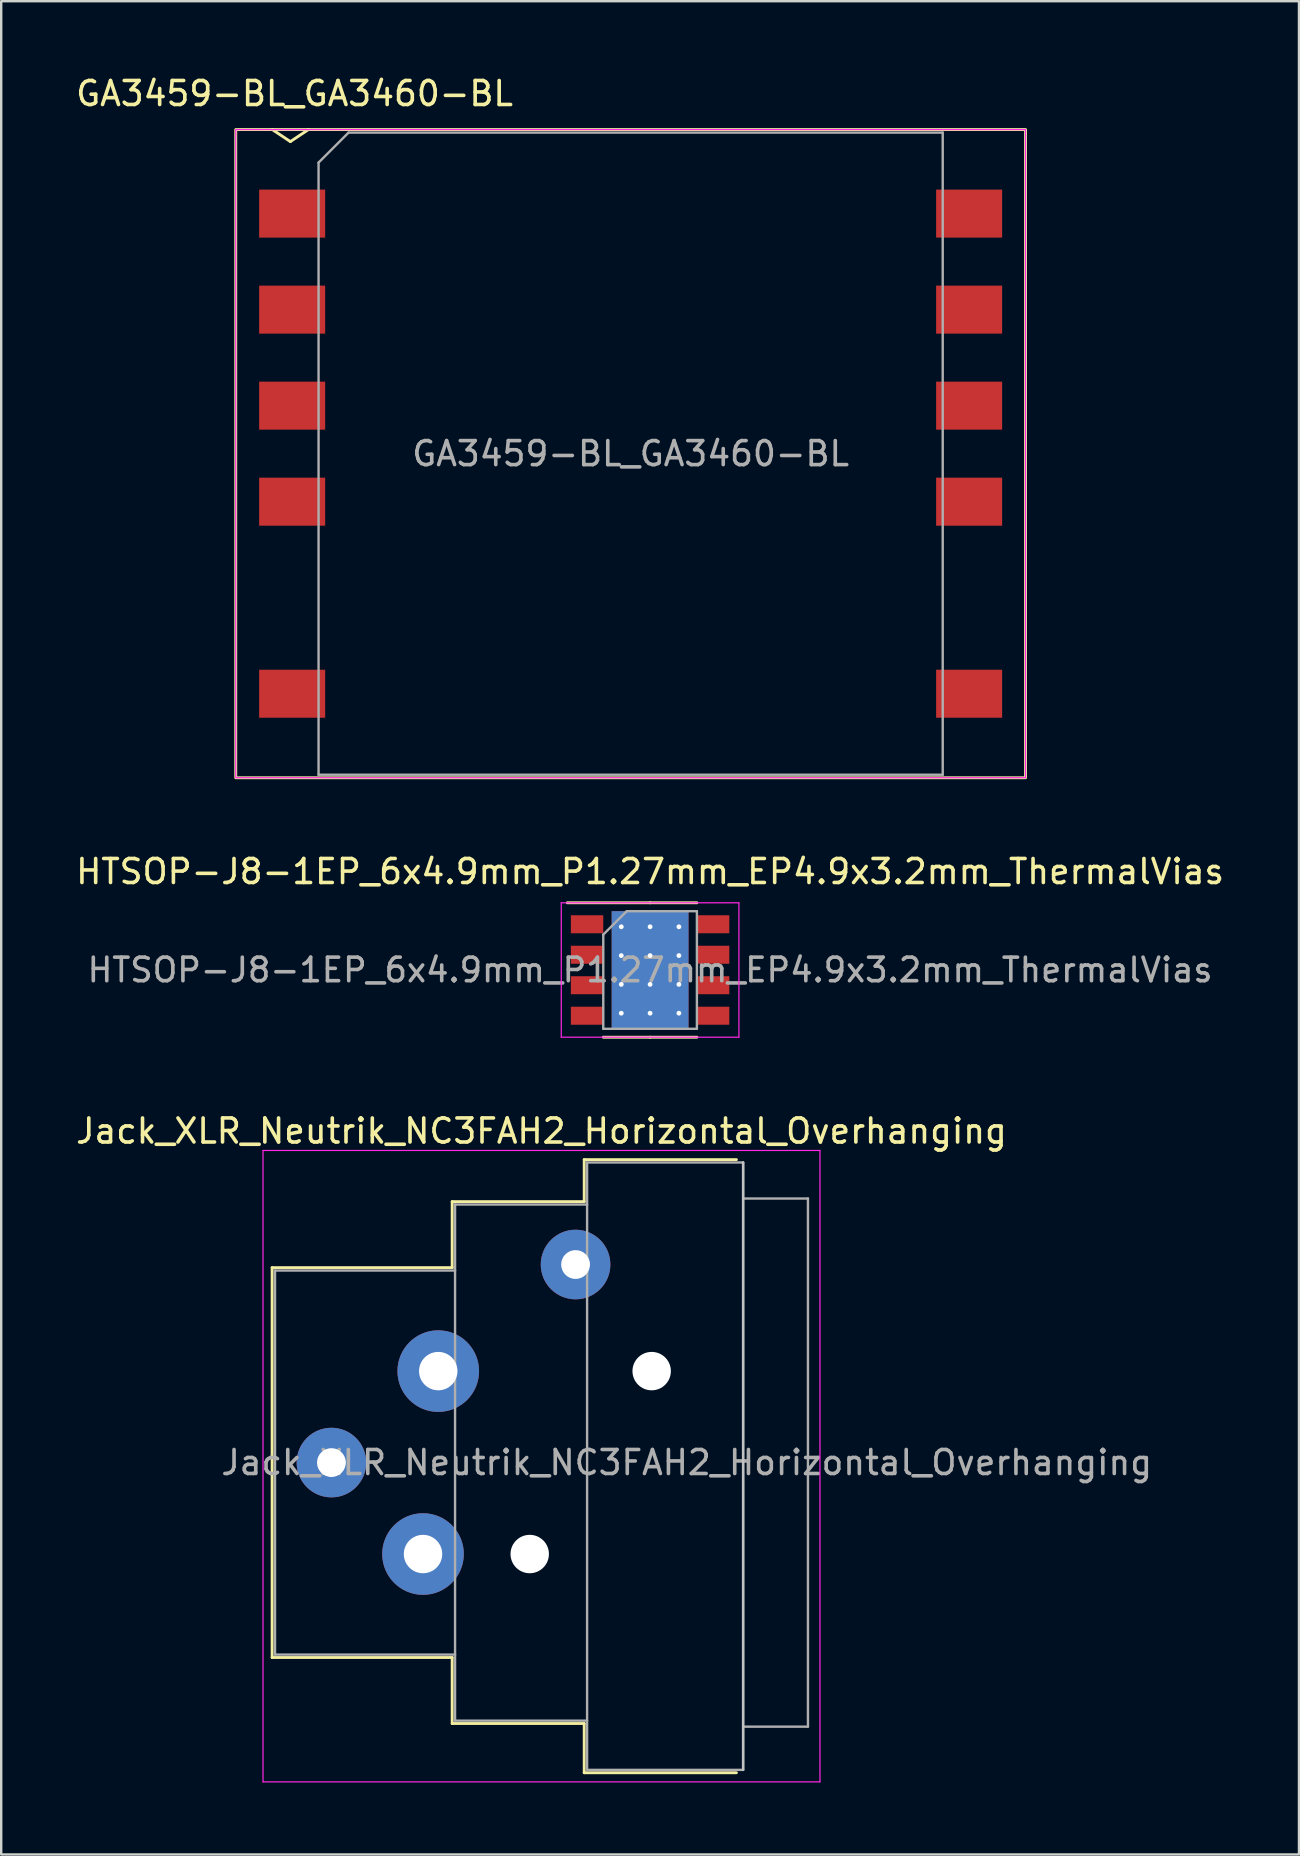
<source format=kicad_pcb>
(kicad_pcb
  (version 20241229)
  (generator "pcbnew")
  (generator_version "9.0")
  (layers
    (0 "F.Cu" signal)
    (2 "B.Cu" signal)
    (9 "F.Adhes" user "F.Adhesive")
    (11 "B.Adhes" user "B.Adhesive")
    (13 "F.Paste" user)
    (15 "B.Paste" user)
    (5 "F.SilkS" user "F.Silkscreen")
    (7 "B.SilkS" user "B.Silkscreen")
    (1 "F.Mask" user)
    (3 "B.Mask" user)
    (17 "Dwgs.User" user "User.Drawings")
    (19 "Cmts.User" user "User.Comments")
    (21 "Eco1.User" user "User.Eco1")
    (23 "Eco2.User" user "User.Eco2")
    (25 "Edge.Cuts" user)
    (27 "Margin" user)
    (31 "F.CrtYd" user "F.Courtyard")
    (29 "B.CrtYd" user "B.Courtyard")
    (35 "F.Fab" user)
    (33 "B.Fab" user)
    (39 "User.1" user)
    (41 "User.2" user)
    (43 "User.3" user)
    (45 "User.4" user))
  (footprint "Jack_XLR_Neutrik_NC3FAH2_Horizontal_Overhanging"
    (layer "F.Cu")
    (at 15.206 54.065)
    (property "Reference" "Jack_XLR_Neutrik_NC3FAH2_Horizontal_Overhanging" (at 4.3 -10 0) (layer "F.SilkS") (effects (font (size 1 1) (thickness 0.15))))
    (attr through_hole)
    (fp_line (start -6.92 -4.31) (end -6.92 11.93) (stroke (width 0.12) (type solid)) (layer "F.SilkS"))
    (fp_line (start 0.58 -7.06) (end 0.58 -4.31) (stroke (width 0.12) (type solid)) (layer "F.SilkS"))
    (fp_line (start 0.58 -4.31) (end -6.92 -4.31) (stroke (width 0.12) (type solid)) (layer "F.SilkS"))
    (fp_line (start 0.58 11.93) (end -6.92 11.93) (stroke (width 0.12) (type solid)) (layer "F.SilkS"))
    (fp_line (start 0.58 11.93) (end 0.58 14.68) (stroke (width 0.12) (type solid)) (layer "F.SilkS"))
    (fp_line (start 6.08 -7.06) (end 0.58 -7.06) (stroke (width 0.12) (type solid)) (layer "F.SilkS"))
    (fp_line (start 6.08 -7.06) (end 6.08 -8.81) (stroke (width 0.12) (type solid)) (layer "F.SilkS"))
    (fp_line (start 6.08 14.68) (end 0.58 14.68) (stroke (width 0.12) (type solid)) (layer "F.SilkS"))
    (fp_line (start 6.08 16.73) (end 6.08 14.68) (stroke (width 0.12) (type solid)) (layer "F.SilkS"))
    (fp_line (start 12.42 -8.81) (end 6.08 -8.81) (stroke (width 0.12) (type solid)) (layer "F.SilkS"))
    (fp_line (start 12.42 16.73) (end 6.08 16.73) (stroke (width 0.12) (type solid)) (layer "F.SilkS"))
    (fp_line (start 12.7 -8.69) (end 12.7 16.61) (stroke (width 0.1) (type solid)) (layer "Dwgs.User"))
    (fp_line (start -7.3 -9.19) (end -7.3 17.11) (stroke (width 0.05) (type solid)) (layer "F.CrtYd"))
    (fp_line (start 15.9 -9.19) (end -7.3 -9.19) (stroke (width 0.05) (type solid)) (layer "F.CrtYd"))
    (fp_line (start 15.9 -9.19) (end 15.9 17.11) (stroke (width 0.05) (type solid)) (layer "F.CrtYd"))
    (fp_line (start 15.9 17.11) (end -7.3 17.11) (stroke (width 0.05) (type solid)) (layer "F.CrtYd"))
    (fp_line (start -6.8 -4.19) (end -6.8 11.81) (stroke (width 0.1) (type solid)) (layer "F.Fab"))
    (fp_line (start -6.8 11.81) (end 0.7 11.81) (stroke (width 0.1) (type solid)) (layer "F.Fab"))
    (fp_line (start 0.7 -6.94) (end 0.7 14.56) (stroke (width 0.1) (type solid)) (layer "F.Fab"))
    (fp_line (start 0.7 -4.19) (end -6.8 -4.19) (stroke (width 0.1) (type solid)) (layer "F.Fab"))
    (fp_line (start 0.7 14.56) (end 6.2 14.56) (stroke (width 0.1) (type solid)) (layer "F.Fab"))
    (fp_line (start 6.2 -8.69) (end 12.7 -8.69) (stroke (width 0.1) (type solid)) (layer "F.Fab"))
    (fp_line (start 6.2 -6.94) (end 0.7 -6.94) (stroke (width 0.1) (type solid)) (layer "F.Fab"))
    (fp_line (start 6.2 16.61) (end 6.2 -8.69) (stroke (width 0.1) (type solid)) (layer "F.Fab"))
    (fp_line (start 12.7 -8.69) (end 12.7 16.61) (stroke (width 0.1) (type solid)) (layer "F.Fab"))
    (fp_line (start 12.7 -7.19) (end 15.4 -7.19) (stroke (width 0.1) (type solid)) (layer "F.Fab"))
    (fp_line (start 12.7 16.61) (end 6.2 16.61) (stroke (width 0.1) (type solid)) (layer "F.Fab"))
    (fp_line (start 15.4 -7.19) (end 15.4 14.81) (stroke (width 0.1) (type solid)) (layer "F.Fab"))
    (fp_line (start 15.4 14.81) (end 12.7 14.81) (stroke (width 0.1) (type solid)) (layer "F.Fab"))
    (fp_text user "${REFERENCE}" (at 10.35 3.81 0) (layer "F.Fab") (effects (font (size 1 1) (thickness 0.15))))
    (pad "" np_thru_hole circle (at 3.81 7.62) (size 1.6 1.6) (drill 1.6) (layers "*.Cu" "*.Mask"))
    (pad "" np_thru_hole circle (at 8.89 0) (size 1.6 1.6) (drill 1.6) (layers "*.Cu" "*.Mask"))
    (pad "1" thru_hole circle (at 0 0) (size 3.4 3.4) (drill 1.6) (layers "*.Cu" "*.Mask"))
    (pad "2" thru_hole circle (at -0.635 7.62) (size 3.4 3.4) (drill 1.6) (layers "*.Cu" "*.Mask"))
    (pad "3" thru_hole circle (at -4.45 3.81) (size 2.9 2.9) (drill 1.2) (layers "*.Cu" "*.Mask"))
    (pad "G" thru_hole circle (at 5.72 -4.44) (size 2.9 2.9) (drill 1.2) (layers "*.Cu" "*.Mask")))
  (footprint "HTSOP-J8-1EP_6x4.9mm_P1.27mm_EP4.9x3.2mm_ThermalVias"
    (layer "F.Cu")
    (at 24.03 37.356)
    (property "Reference" "HTSOP-J8-1EP_6x4.9mm_P1.27mm_EP4.9x3.2mm_ThermalVias" (at 0 -4.1 0) (layer "F.SilkS") (effects (font (size 1 1) (thickness 0.15))))
    (attr smd)
    (fp_line (start 0 -2.8) (end -3.45 -2.8) (stroke (width 0.12) (type solid)) (layer "F.SilkS"))
    (fp_line (start 0 -2.8) (end 1.95 -2.8) (stroke (width 0.12) (type solid)) (layer "F.SilkS"))
    (fp_line (start 0 2.8) (end -1.95 2.8) (stroke (width 0.12) (type solid)) (layer "F.SilkS"))
    (fp_line (start 0 2.8) (end 1.95 2.8) (stroke (width 0.12) (type solid)) (layer "F.SilkS"))
    (fp_line (start -3.7 -2.8) (end -3.7 2.8) (stroke (width 0.05) (type solid)) (layer "F.CrtYd"))
    (fp_line (start -3.7 2.8) (end 3.7 2.8) (stroke (width 0.05) (type solid)) (layer "F.CrtYd"))
    (fp_line (start 3.7 -2.8) (end -3.7 -2.8) (stroke (width 0.05) (type solid)) (layer "F.CrtYd"))
    (fp_line (start 3.7 2.8) (end 3.7 -2.8) (stroke (width 0.05) (type solid)) (layer "F.CrtYd"))
    (fp_line (start -1.95 -1.475) (end -0.975 -2.45) (stroke (width 0.1) (type solid)) (layer "F.Fab"))
    (fp_line (start -1.95 2.45) (end -1.95 -1.475) (stroke (width 0.1) (type solid)) (layer "F.Fab"))
    (fp_line (start -0.975 -2.45) (end 1.95 -2.45) (stroke (width 0.1) (type solid)) (layer "F.Fab"))
    (fp_line (start 1.95 -2.45) (end 1.95 2.45) (stroke (width 0.1) (type solid)) (layer "F.Fab"))
    (fp_line (start 1.95 2.45) (end -1.95 2.45) (stroke (width 0.1) (type solid)) (layer "F.Fab"))
    (fp_text user "${REFERENCE}" (at 0 0 0) (layer "F.Fab") (effects (font (size 0.98 0.98) (thickness 0.15))))
    (pad "" smd roundrect (at -0.6 -0.8) (size 0.97 1.29) (layers "F.Paste") (roundrect_rratio 0.25))
    (pad "" smd roundrect (at -0.6 0.8) (size 0.97 1.29) (layers "F.Paste") (roundrect_rratio 0.25))
    (pad "" smd roundrect (at 0.6 -0.8) (size 0.97 1.29) (layers "F.Paste") (roundrect_rratio 0.25))
    (pad "" smd roundrect (at 0.6 0.8) (size 0.97 1.29) (layers "F.Paste") (roundrect_rratio 0.25))
    (pad "1" smd rect (at -2.625 -1.905) (size 1.35 0.75) (layers "F.Cu" "F.Mask" "F.Paste"))
    (pad "2" smd rect (at -2.625 -0.635) (size 1.35 0.75) (layers "F.Cu" "F.Mask" "F.Paste"))
    (pad "3" smd rect (at -2.625 0.635) (size 1.35 0.75) (layers "F.Cu" "F.Mask" "F.Paste"))
    (pad "4" smd rect (at -2.625 1.905) (size 1.35 0.75) (layers "F.Cu" "F.Mask" "F.Paste"))
    (pad "5" smd rect (at 2.625 1.905) (size 1.35 0.75) (layers "F.Cu" "F.Mask" "F.Paste"))
    (pad "6" smd rect (at 2.625 0.635) (size 1.35 0.75) (layers "F.Cu" "F.Mask" "F.Paste"))
    (pad "7" smd rect (at 2.625 -0.635) (size 1.35 0.75) (layers "F.Cu" "F.Mask" "F.Paste"))
    (pad "8" smd rect (at 2.625 -1.905) (size 1.35 0.75) (layers "F.Cu" "F.Mask" "F.Paste"))
    (pad "9" thru_hole circle (at -1.2 -1.8) (size 0.5 0.5) (drill 0.2) (layers "*.Cu"))
    (pad "9" thru_hole circle (at -1.2 -0.6) (size 0.5 0.5) (drill 0.2) (layers "*.Cu"))
    (pad "9" thru_hole circle (at -1.2 0.6) (size 0.5 0.5) (drill 0.2) (layers "*.Cu"))
    (pad "9" thru_hole circle (at -1.2 1.8) (size 0.5 0.5) (drill 0.2) (layers "*.Cu"))
    (pad "9" thru_hole circle (at 0 -1.8) (size 0.5 0.5) (drill 0.2) (layers "*.Cu"))
    (pad "9" thru_hole circle (at 0 -0.6) (size 0.5 0.5) (drill 0.2) (layers "*.Cu"))
    (pad "9" smd rect (at 0 0) (size 3.2 4.9) (layers "F.Cu" "F.Mask"))
    (pad "9" smd rect (at 0 0) (size 3.2 4.9) (layers "B.Cu"))
    (pad "9" thru_hole circle (at 0 0.6) (size 0.5 0.5) (drill 0.2) (layers "*.Cu"))
    (pad "9" thru_hole circle (at 0 1.8) (size 0.5 0.5) (drill 0.2) (layers "*.Cu"))
    (pad "9" thru_hole circle (at 1.2 -1.8) (size 0.5 0.5) (drill 0.2) (layers "*.Cu"))
    (pad "9" thru_hole circle (at 1.2 -0.6) (size 0.5 0.5) (drill 0.2) (layers "*.Cu"))
    (pad "9" thru_hole circle (at 1.2 0.6) (size 0.5 0.5) (drill 0.2) (layers "*.Cu"))
    (pad "9" thru_hole circle (at 1.2 1.8) (size 0.5 0.5) (drill 0.2) (layers "*.Cu")))
  (footprint "GA3459-BL_GA3460-BL"
    (layer "F.Cu")
    (at 23.22 15.848)
    (property "Reference" "GA3459-BL_GA3460-BL" (at -14 -15 0) (layer "F.SilkS") (effects (font (size 1 1) (thickness 0.15))))
    (attr smd)
    (fp_line (start -14.175 -13) (end -14.925 -13.5) (stroke (width 0.12) (type solid)) (layer "F.SilkS"))
    (fp_line (start -13.425 -13.5) (end -14.175 -13) (stroke (width 0.12) (type solid)) (layer "F.SilkS"))
    (fp_rect (start -16.45 -13.5) (end 16.45 13.5) (stroke (width 0.12) (type solid)) (fill no) (layer "F.SilkS"))
    (fp_rect (start -16.45 -13.5) (end 16.45 13.5) (stroke (width 0.05) (type solid)) (fill no) (layer "F.CrtYd"))
    (fp_line (start -13 -12.125) (end -11.75 -13.375) (stroke (width 0.1) (type solid)) (layer "F.Fab"))
    (fp_line (start -13 13.375) (end -13 -12.125) (stroke (width 0.1) (type solid)) (layer "F.Fab"))
    (fp_line (start -11.75 -13.375) (end 13 -13.375) (stroke (width 0.1) (type solid)) (layer "F.Fab"))
    (fp_line (start 13 -13.375) (end 13 13.375) (stroke (width 0.1) (type solid)) (layer "F.Fab"))
    (fp_line (start 13 13.375) (end -13 13.375) (stroke (width 0.1) (type solid)) (layer "F.Fab"))
    (fp_text user "${REFERENCE}" (at 0 0 0) (layer "F.Fab") (effects (font (size 1 1) (thickness 0.15))))
    (pad "1" smd rect (at -14.1 -10) (size 2.75 2) (layers "F.Cu" "F.Mask" "F.Paste"))
    (pad "2" smd rect (at -14.1 -6) (size 2.75 2) (layers "F.Cu" "F.Mask" "F.Paste"))
    (pad "3" smd rect (at -14.1 -2) (size 2.75 2) (layers "F.Cu" "F.Mask" "F.Paste"))
    (pad "4" smd rect (at -14.1 2) (size 2.75 2) (layers "F.Cu" "F.Mask" "F.Paste"))
    (pad "6" smd rect (at -14.1 10) (size 2.75 2) (layers "F.Cu" "F.Mask" "F.Paste"))
    (pad "7" smd rect (at 14.1 10) (size 2.75 2) (layers "F.Cu" "F.Mask" "F.Paste"))
    (pad "9" smd rect (at 14.1 2) (size 2.75 2) (layers "F.Cu" "F.Mask" "F.Paste"))
    (pad "10" smd rect (at 14.1 -2) (size 2.75 2) (layers "F.Cu" "F.Mask" "F.Paste"))
    (pad "11" smd rect (at 14.1 -6) (size 2.75 2) (layers "F.Cu" "F.Mask" "F.Paste"))
    (pad "12" smd rect (at 14.1 -10) (size 2.75 2) (layers "F.Cu" "F.Mask" "F.Paste")))
  (gr_rect
    (start -3 -3)
    (end 51.06 74.2)
    (stroke (width 0.1) (type default))
    (fill no)
    (layer "Edge.Cuts")))
</source>
